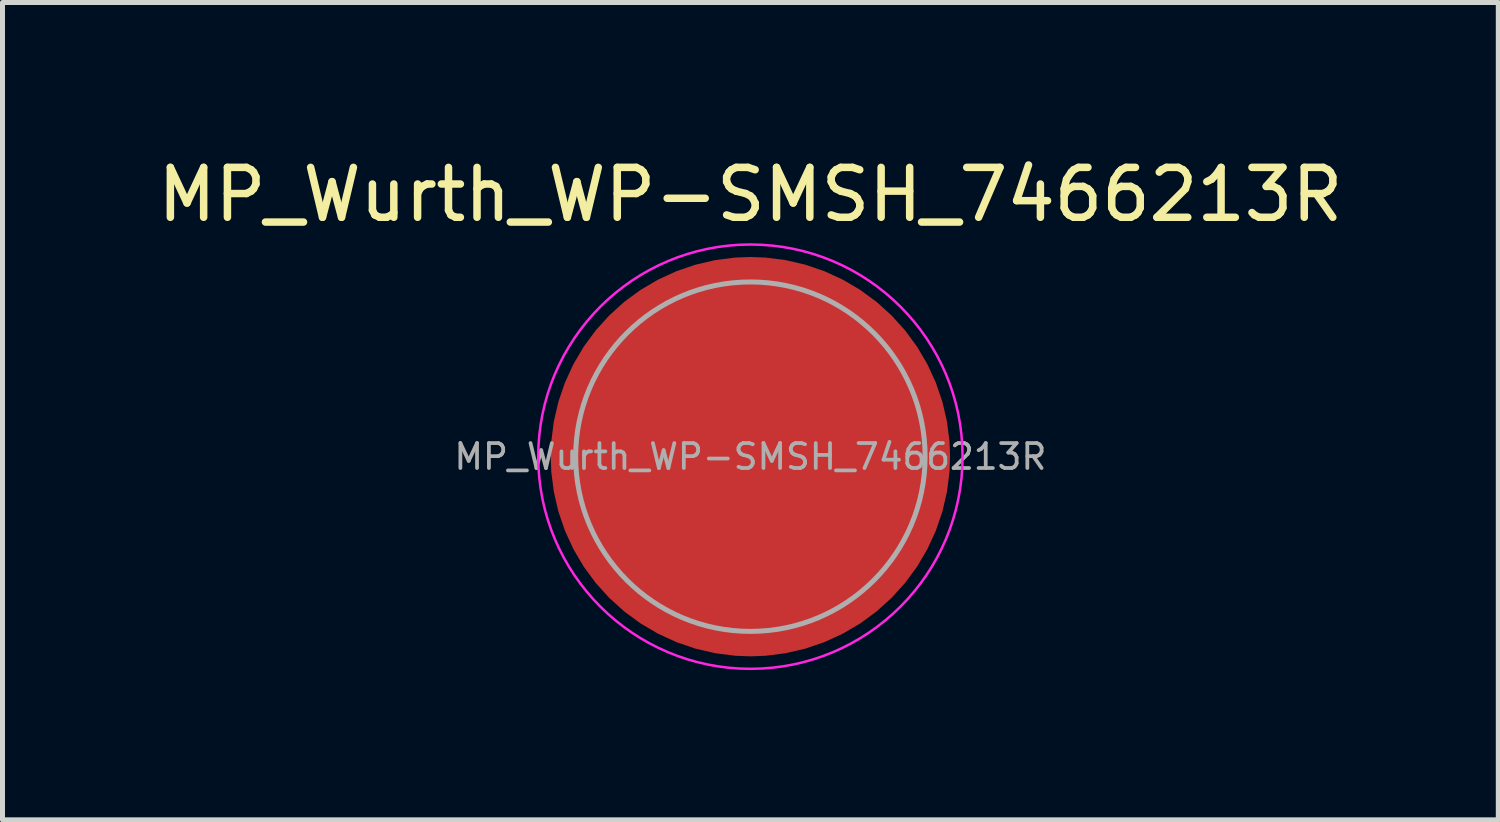
<source format=kicad_pcb>
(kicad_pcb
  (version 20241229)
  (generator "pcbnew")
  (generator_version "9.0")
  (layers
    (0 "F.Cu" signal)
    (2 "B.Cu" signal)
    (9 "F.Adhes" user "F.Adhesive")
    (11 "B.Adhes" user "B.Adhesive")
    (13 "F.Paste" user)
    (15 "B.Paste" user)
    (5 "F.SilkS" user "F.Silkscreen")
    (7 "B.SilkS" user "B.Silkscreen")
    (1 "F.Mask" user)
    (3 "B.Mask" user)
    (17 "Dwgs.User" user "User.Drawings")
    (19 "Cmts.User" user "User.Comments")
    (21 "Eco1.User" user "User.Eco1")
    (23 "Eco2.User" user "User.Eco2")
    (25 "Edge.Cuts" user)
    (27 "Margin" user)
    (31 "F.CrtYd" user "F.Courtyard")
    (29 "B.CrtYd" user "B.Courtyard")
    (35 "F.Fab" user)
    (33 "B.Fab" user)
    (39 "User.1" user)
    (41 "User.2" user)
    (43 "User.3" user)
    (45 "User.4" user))
  (footprint "MP_Wurth_WP-SMSH_7466213R"
    (layer "F.Cu")
    (at 11.982 6.098)
    (property "Reference" "MP_Wurth_WP-SMSH_7466213R" (at 0 -5.25 0) (unlocked yes) (layer "F.SilkS") (effects (font (size 1 1) (thickness 0.15))))
    (attr smd)
    (fp_poly (pts (xy -0.495 -0.495) (xy -3.876 -0.495) (xy -3.87 -0.541) (xy -3.87 -0.541) (xy -3.855 -0.631) (xy -3.84 -0.716) (xy -3.825 -0.796) (xy -3.825 -0.796) (xy -3.8 -0.906) (xy -3.8 -0.906) (xy -3.77 -1.026) (xy -3.77 -1.026) (xy -3.73 -1.161) (xy -3.73 -1.162) (xy -3.69 -1.282) (xy -3.69 -1.282) (xy -3.64 -1.417) (xy -3.64 -1.417) (xy -3.595 -1.527) (xy -3.595 -1.527) (xy -3.54 -1.652) (xy -3.539 -1.652) (xy -3.434 -1.862) (xy -3.434 -1.862) (xy -3.354 -2.002) (xy -3.354 -2.003) (xy -3.279 -2.123) (xy -3.279 -2.123) (xy -3.239 -2.183) (xy -3.239 -2.183) (xy -3.164 -2.288) (xy -3.109 -2.363) (xy -3.109 -2.363) (xy -3.039 -2.453) (xy -3.039 -2.453) (xy -2.959 -2.548) (xy -2.959 -2.548) (xy -2.879 -2.638) (xy -2.879 -2.638) (xy -2.814 -2.708) (xy -2.814 -2.709) (xy -2.734 -2.789) (xy -2.733 -2.789) (xy -2.653 -2.864) (xy -2.593 -2.919) (xy -2.538 -2.969) (xy -2.538 -2.969) (xy -2.493 -3.004) (xy -2.433 -3.054) (xy -2.358 -3.114) (xy -2.358 -3.114) (xy -2.303 -3.154) (xy -2.303 -3.154) (xy -2.238 -3.199) (xy -2.138 -3.269) (xy -2.138 -3.269) (xy -2.068 -3.314) (xy -2.068 -3.314) (xy -1.983 -3.364) (xy -1.918 -3.404) (xy -1.917 -3.404) (xy -1.842 -3.444) (xy -1.747 -3.494) (xy -1.747 -3.495) (xy -1.672 -3.53) (xy -1.612 -3.559) (xy -1.612 -3.56) (xy -1.552 -3.585) (xy -1.382 -3.655) (xy -1.382 -3.655) (xy -1.312 -3.68) (xy -1.257 -3.7) (xy -1.256 -3.7) (xy -1.096 -3.75) (xy -1.096 -3.75) (xy -1.001 -3.775) (xy -0.946 -3.79) (xy -0.946 -3.79) (xy -0.861 -3.81) (xy -0.861 -3.81) (xy -0.741 -3.835) (xy -0.741 -3.835) (xy -0.571 -3.865) (xy -0.571 -3.865) (xy -0.495 -3.876)) (stroke (width 0) (type default)) (fill yes) (layer "F.Paste"))
    (fp_poly (pts (xy -0.495 3.876) (xy -0.541 3.87) (xy -0.541 3.87) (xy -0.631 3.855) (xy -0.716 3.84) (xy -0.796 3.825) (xy -0.796 3.825) (xy -0.906 3.8) (xy -0.906 3.8) (xy -1.026 3.77) (xy -1.026 3.77) (xy -1.161 3.73) (xy -1.162 3.73) (xy -1.282 3.69) (xy -1.282 3.69) (xy -1.417 3.64) (xy -1.417 3.64) (xy -1.527 3.595) (xy -1.527 3.595) (xy -1.652 3.54) (xy -1.652 3.539) (xy -1.862 3.434) (xy -1.862 3.434) (xy -2.002 3.354) (xy -2.003 3.354) (xy -2.123 3.279) (xy -2.123 3.279) (xy -2.183 3.239) (xy -2.183 3.239) (xy -2.288 3.164) (xy -2.363 3.109) (xy -2.363 3.109) (xy -2.453 3.039) (xy -2.453 3.039) (xy -2.548 2.959) (xy -2.548 2.959) (xy -2.638 2.879) (xy -2.638 2.879) (xy -2.708 2.814) (xy -2.709 2.814) (xy -2.789 2.734) (xy -2.789 2.733) (xy -2.864 2.653) (xy -2.919 2.593) (xy -2.969 2.538) (xy -2.969 2.538) (xy -3.004 2.493) (xy -3.054 2.433) (xy -3.114 2.358) (xy -3.114 2.358) (xy -3.154 2.303) (xy -3.154 2.303) (xy -3.199 2.238) (xy -3.269 2.138) (xy -3.269 2.138) (xy -3.314 2.068) (xy -3.314 2.068) (xy -3.364 1.983) (xy -3.404 1.918) (xy -3.404 1.917) (xy -3.444 1.842) (xy -3.494 1.747) (xy -3.495 1.747) (xy -3.53 1.672) (xy -3.559 1.612) (xy -3.56 1.612) (xy -3.585 1.552) (xy -3.655 1.382) (xy -3.655 1.382) (xy -3.68 1.312) (xy -3.7 1.257) (xy -3.7 1.256) (xy -3.75 1.096) (xy -3.75 1.096) (xy -3.775 1.001) (xy -3.79 0.946) (xy -3.79 0.946) (xy -3.81 0.861) (xy -3.81 0.861) (xy -3.835 0.741) (xy -3.835 0.741) (xy -3.865 0.571) (xy -3.865 0.571) (xy -3.876 0.495) (xy -0.495 0.495)) (stroke (width 0) (type default)) (fill yes) (layer "F.Paste"))
    (fp_poly (pts (xy 0.541 -3.87) (xy 0.541 -3.87) (xy 0.631 -3.855) (xy 0.716 -3.84) (xy 0.796 -3.825) (xy 0.796 -3.825) (xy 0.906 -3.8) (xy 0.906 -3.8) (xy 1.026 -3.77) (xy 1.026 -3.77) (xy 1.161 -3.73) (xy 1.162 -3.73) (xy 1.282 -3.69) (xy 1.282 -3.69) (xy 1.417 -3.64) (xy 1.417 -3.64) (xy 1.527 -3.595) (xy 1.527 -3.595) (xy 1.652 -3.54) (xy 1.652 -3.539) (xy 1.862 -3.434) (xy 1.862 -3.434) (xy 2.002 -3.354) (xy 2.003 -3.354) (xy 2.123 -3.279) (xy 2.123 -3.279) (xy 2.183 -3.239) (xy 2.183 -3.239) (xy 2.288 -3.164) (xy 2.363 -3.109) (xy 2.363 -3.109) (xy 2.453 -3.039) (xy 2.453 -3.039) (xy 2.548 -2.959) (xy 2.548 -2.959) (xy 2.638 -2.879) (xy 2.638 -2.879) (xy 2.708 -2.814) (xy 2.709 -2.814) (xy 2.789 -2.734) (xy 2.789 -2.733) (xy 2.864 -2.653) (xy 2.919 -2.593) (xy 2.969 -2.538) (xy 2.969 -2.538) (xy 3.004 -2.493) (xy 3.054 -2.433) (xy 3.114 -2.358) (xy 3.114 -2.358) (xy 3.154 -2.303) (xy 3.154 -2.303) (xy 3.199 -2.238) (xy 3.269 -2.138) (xy 3.269 -2.138) (xy 3.314 -2.068) (xy 3.314 -2.068) (xy 3.364 -1.983) (xy 3.404 -1.918) (xy 3.404 -1.917) (xy 3.444 -1.842) (xy 3.494 -1.747) (xy 3.495 -1.747) (xy 3.53 -1.672) (xy 3.559 -1.612) (xy 3.56 -1.612) (xy 3.585 -1.552) (xy 3.655 -1.382) (xy 3.655 -1.382) (xy 3.68 -1.312) (xy 3.7 -1.257) (xy 3.7 -1.256) (xy 3.75 -1.096) (xy 3.75 -1.096) (xy 3.775 -1.001) (xy 3.79 -0.946) (xy 3.79 -0.946) (xy 3.81 -0.861) (xy 3.81 -0.861) (xy 3.835 -0.741) (xy 3.835 -0.741) (xy 3.865 -0.571) (xy 3.865 -0.571) (xy 3.876 -0.495) (xy 0.495 -0.495) (xy 0.495 -3.876)) (stroke (width 0) (type default)) (fill yes) (layer "F.Paste"))
    (fp_poly (pts (xy 3.87 0.541) (xy 3.87 0.541) (xy 3.855 0.631) (xy 3.84 0.716) (xy 3.825 0.796) (xy 3.825 0.796) (xy 3.8 0.906) (xy 3.8 0.906) (xy 3.77 1.026) (xy 3.77 1.026) (xy 3.73 1.161) (xy 3.73 1.162) (xy 3.69 1.282) (xy 3.69 1.282) (xy 3.64 1.417) (xy 3.64 1.417) (xy 3.595 1.527) (xy 3.595 1.527) (xy 3.54 1.652) (xy 3.539 1.652) (xy 3.434 1.862) (xy 3.434 1.862) (xy 3.354 2.002) (xy 3.354 2.003) (xy 3.279 2.123) (xy 3.279 2.123) (xy 3.239 2.183) (xy 3.239 2.183) (xy 3.164 2.288) (xy 3.109 2.363) (xy 3.109 2.363) (xy 3.039 2.453) (xy 3.039 2.453) (xy 2.959 2.548) (xy 2.959 2.548) (xy 2.879 2.638) (xy 2.879 2.638) (xy 2.814 2.708) (xy 2.814 2.709) (xy 2.734 2.789) (xy 2.733 2.789) (xy 2.653 2.864) (xy 2.593 2.919) (xy 2.538 2.969) (xy 2.538 2.969) (xy 2.493 3.004) (xy 2.433 3.054) (xy 2.358 3.114) (xy 2.358 3.114) (xy 2.303 3.154) (xy 2.303 3.154) (xy 2.238 3.199) (xy 2.138 3.269) (xy 2.138 3.269) (xy 2.068 3.314) (xy 2.068 3.314) (xy 1.983 3.364) (xy 1.918 3.404) (xy 1.917 3.404) (xy 1.842 3.444) (xy 1.747 3.494) (xy 1.747 3.495) (xy 1.672 3.53) (xy 1.612 3.559) (xy 1.612 3.56) (xy 1.552 3.585) (xy 1.382 3.655) (xy 1.382 3.655) (xy 1.312 3.68) (xy 1.257 3.7) (xy 1.256 3.7) (xy 1.096 3.75) (xy 1.096 3.75) (xy 1.001 3.775) (xy 0.946 3.79) (xy 0.946 3.79) (xy 0.861 3.81) (xy 0.861 3.81) (xy 0.741 3.835) (xy 0.741 3.835) (xy 0.571 3.865) (xy 0.571 3.865) (xy 0.495 3.876) (xy 0.495 0.495) (xy 3.876 0.495)) (stroke (width 0) (type default)) (fill yes) (layer "F.Paste"))
    (fp_circle (center 0 0) (end 4.25 0) (stroke (width 0.05) (type solid)) (fill no) (layer "F.CrtYd"))
    (fp_circle (center 0 0) (end 3.5 0) (stroke (width 0.1) (type solid)) (fill no) (layer "F.Fab"))
    (fp_text user "${REFERENCE}" (at 0 0 0) (unlocked yes) (layer "F.Fab") (effects (font (size 0.5 0.5) (thickness 0.075))))
    (pad "1" smd roundrect (at 0 0) (size 8 8) (layers "F.Cu" "F.Mask") (roundrect_rratio 0.5)))
  (gr_rect
    (start -3 -3)
    (end 26.964 13.373)
    (stroke (width 0.1) (type default))
    (fill no)
    (layer "Edge.Cuts")))
</source>
